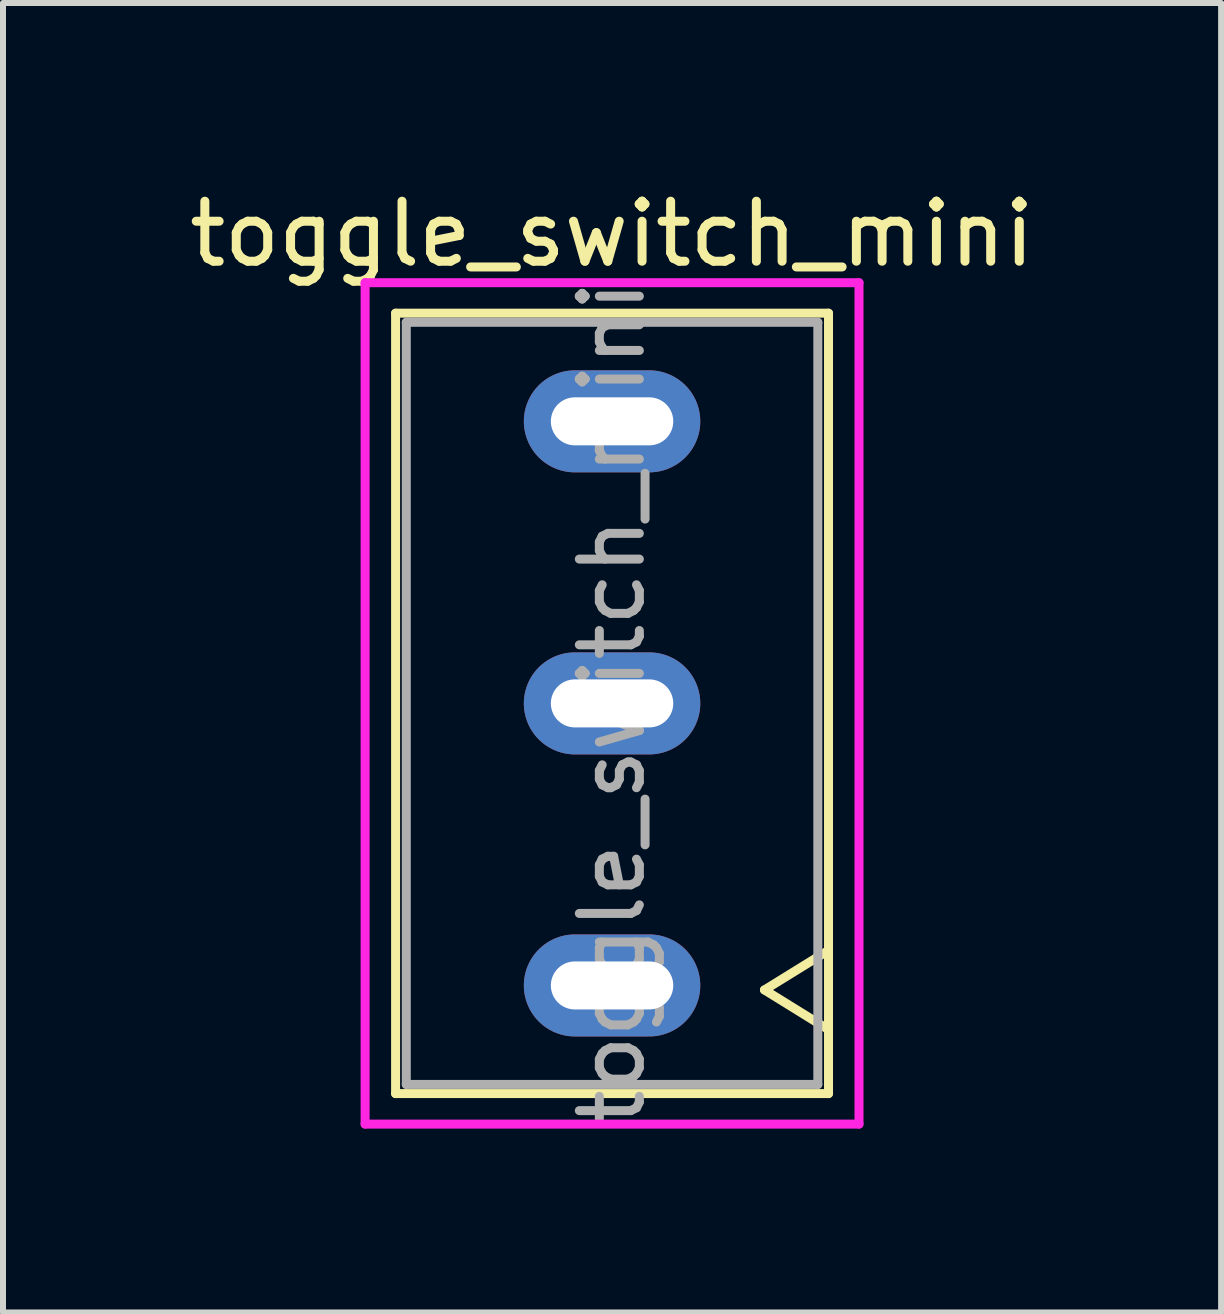
<source format=kicad_pcb>
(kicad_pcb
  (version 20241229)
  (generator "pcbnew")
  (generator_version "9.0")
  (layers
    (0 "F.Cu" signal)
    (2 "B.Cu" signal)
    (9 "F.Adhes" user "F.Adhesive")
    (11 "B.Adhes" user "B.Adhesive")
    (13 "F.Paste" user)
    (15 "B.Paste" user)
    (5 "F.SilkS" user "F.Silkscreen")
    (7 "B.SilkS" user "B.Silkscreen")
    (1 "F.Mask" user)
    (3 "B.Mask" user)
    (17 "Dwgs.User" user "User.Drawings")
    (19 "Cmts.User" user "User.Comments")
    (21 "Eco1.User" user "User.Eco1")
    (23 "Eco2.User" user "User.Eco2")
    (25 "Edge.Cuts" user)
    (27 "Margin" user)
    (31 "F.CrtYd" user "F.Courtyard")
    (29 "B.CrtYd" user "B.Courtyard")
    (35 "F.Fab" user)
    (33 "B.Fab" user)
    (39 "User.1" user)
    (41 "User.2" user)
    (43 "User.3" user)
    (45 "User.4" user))
  (footprint "toggle_switch_mini"
    (layer "F.Cu")
    (at 7.149 8.671)
    (property "Reference" "toggle_switch_mini" (at 0 -7.823 180) (layer "F.SilkS") (effects (font (size 1 1) (thickness 0.15))))
    (attr exclude_from_pos_files exclude_from_bom)
    (fp_line (start -3.607 -6.502) (end -3.607 6.502) (stroke (width 0.15) (type solid)) (layer "F.SilkS"))
    (fp_line (start -3.607 -6.502) (end 3.607 -6.502) (stroke (width 0.15) (type solid)) (layer "F.SilkS"))
    (fp_line (start -3.607 6.502) (end 3.607 6.502) (stroke (width 0.15) (type solid)) (layer "F.SilkS"))
    (fp_line (start 2.54 4.775) (end 3.607 4.115) (stroke (width 0.15) (type solid)) (layer "F.SilkS"))
    (fp_line (start 2.54 4.775) (end 3.607 5.436) (stroke (width 0.15) (type solid)) (layer "F.SilkS"))
    (fp_line (start 3.607 6.502) (end 3.607 -6.502) (stroke (width 0.15) (type solid)) (layer "F.SilkS"))
    (fp_line (start -4.115 -7.01) (end -4.115 7.01) (stroke (width 0.15) (type solid)) (layer "F.CrtYd"))
    (fp_line (start -4.115 -7.01) (end 4.115 -7.01) (stroke (width 0.15) (type solid)) (layer "F.CrtYd"))
    (fp_line (start -4.115 7.01) (end 4.115 7.01) (stroke (width 0.15) (type solid)) (layer "F.CrtYd"))
    (fp_line (start 4.115 -7.01) (end 4.115 7.01) (stroke (width 0.15) (type solid)) (layer "F.CrtYd"))
    (fp_line (start -3.429 -6.35) (end 3.429 -6.35) (stroke (width 0.15) (type solid)) (layer "F.Fab"))
    (fp_line (start -3.429 6.35) (end -3.429 -6.35) (stroke (width 0.15) (type solid)) (layer "F.Fab"))
    (fp_line (start -3.429 6.35) (end 3.429 6.35) (stroke (width 0.15) (type solid)) (layer "F.Fab"))
    (fp_line (start 3.429 6.35) (end 3.429 -6.35) (stroke (width 0.15) (type solid)) (layer "F.Fab"))
    (fp_text user "${REFERENCE}" (at 0 0 90) (layer "F.Fab") (effects (font (size 1 1) (thickness 0.15))))
    (pad "1" thru_hole oval (at 0 4.7) (size 2.94 1.7) (drill oval 2.04 0.8) (layers "*.Cu" "*.Mask"))
    (pad "2" thru_hole oval (at 0 0) (size 2.94 1.7) (drill oval 2.04 0.8) (layers "*.Cu" "*.Mask"))
    (pad "3" thru_hole oval (at 0 -4.7) (size 2.94 1.7) (drill oval 2.04 0.8) (layers "*.Cu" "*.Mask")))
  (gr_rect
    (start -3 -3)
    (end 17.298 18.82)
    (stroke (width 0.1) (type default))
    (fill no)
    (layer "Edge.Cuts")))
</source>
